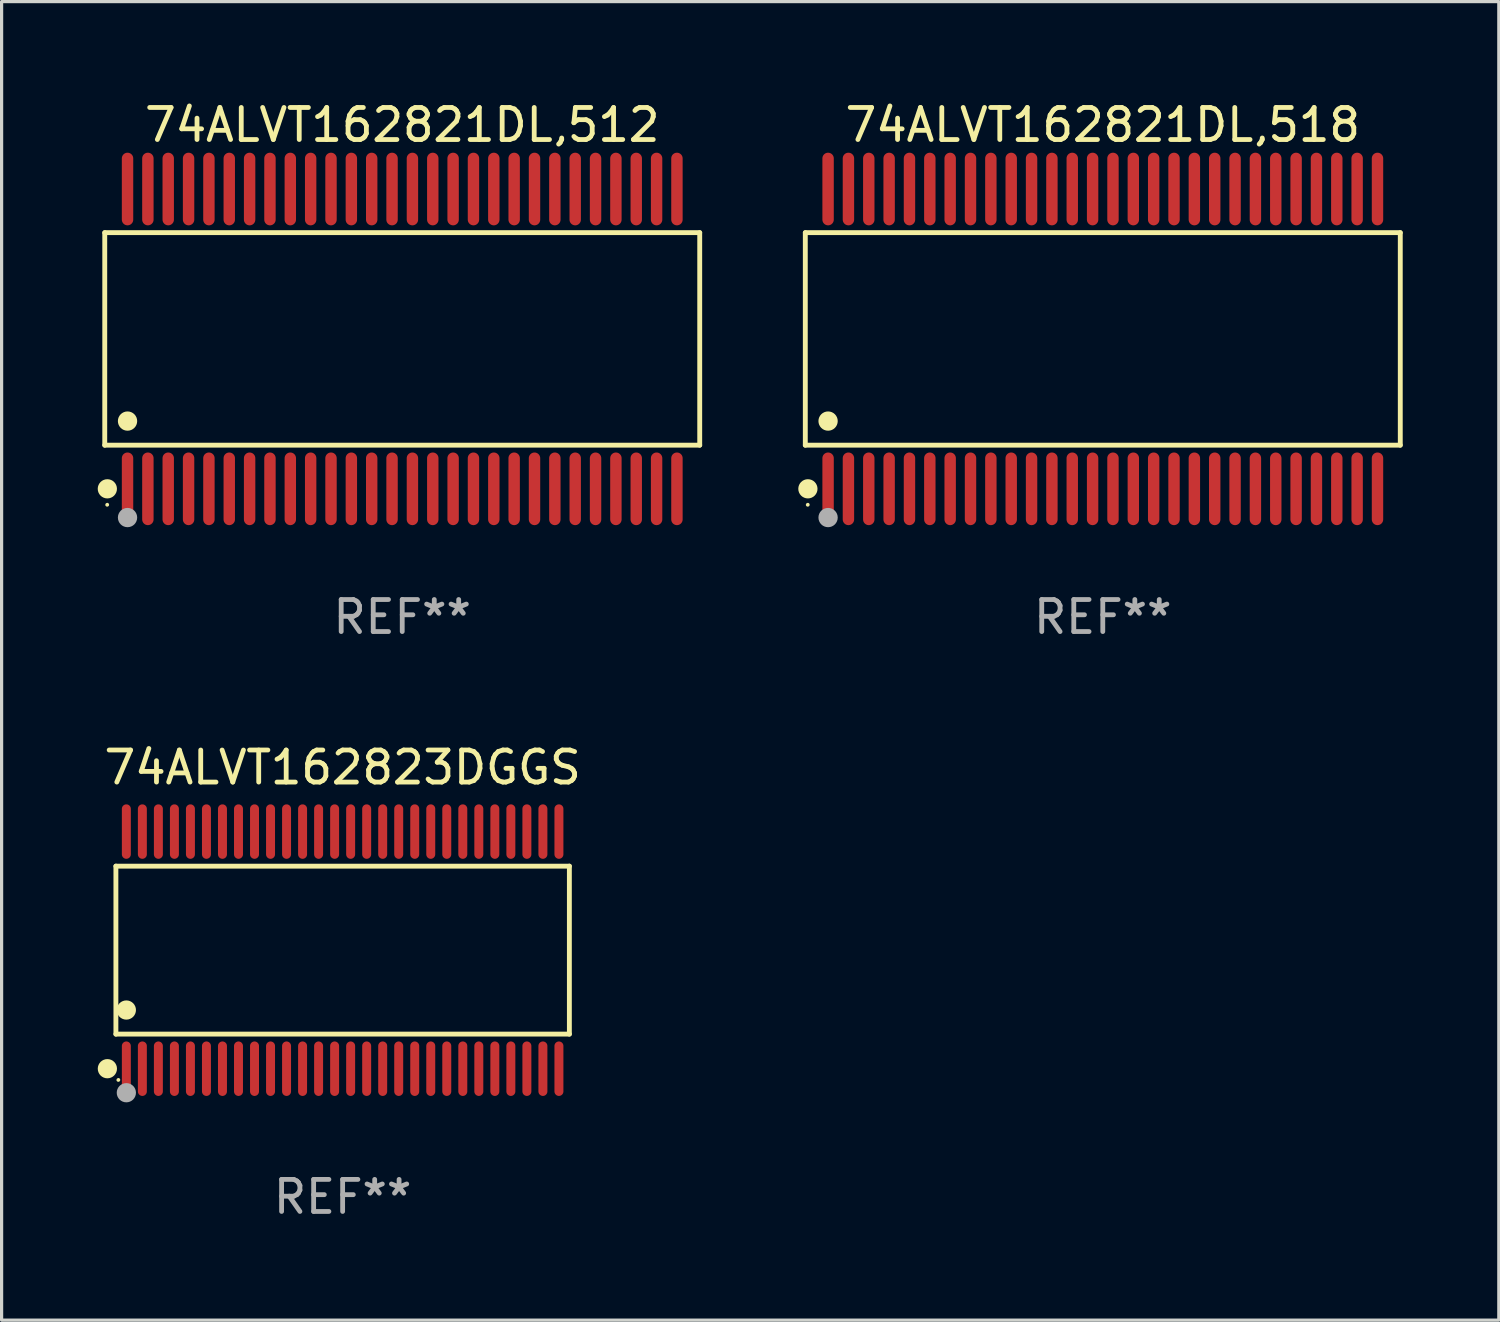
<source format=kicad_pcb>
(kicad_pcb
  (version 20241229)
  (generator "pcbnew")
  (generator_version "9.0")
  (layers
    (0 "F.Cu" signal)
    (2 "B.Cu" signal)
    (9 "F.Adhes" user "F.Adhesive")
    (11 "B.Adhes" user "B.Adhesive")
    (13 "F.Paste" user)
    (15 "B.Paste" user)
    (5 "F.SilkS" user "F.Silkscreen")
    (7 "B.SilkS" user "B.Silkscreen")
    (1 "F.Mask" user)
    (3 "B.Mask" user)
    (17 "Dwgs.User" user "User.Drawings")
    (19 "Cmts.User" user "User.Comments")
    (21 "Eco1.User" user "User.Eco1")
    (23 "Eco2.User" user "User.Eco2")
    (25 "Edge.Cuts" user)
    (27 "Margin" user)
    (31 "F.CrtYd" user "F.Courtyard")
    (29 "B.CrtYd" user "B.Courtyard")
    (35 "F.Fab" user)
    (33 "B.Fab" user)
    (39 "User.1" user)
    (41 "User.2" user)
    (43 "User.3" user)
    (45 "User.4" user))
  (footprint "74ALVT162823DGGS"
    (layer "F.Cu")
    (at 7.643 26.602)
    (property "Reference" "74ALVT162823DGGS" (at 0 -5.7 0) (layer "F.SilkS") (effects (font (size 1 1) (thickness 0.15))))
    (attr through_hole)
    (fp_line (start -7.076 -2.621) (end 7.076 -2.621) (stroke (width 0.152) (type solid)) (layer "F.SilkS"))
    (fp_line (start -7.076 2.621) (end -7.076 -2.621) (stroke (width 0.152) (type solid)) (layer "F.SilkS"))
    (fp_line (start 7.076 -2.621) (end 7.076 2.621) (stroke (width 0.152) (type solid)) (layer "F.SilkS"))
    (fp_line (start 7.076 2.621) (end -7.076 2.621) (stroke (width 0.152) (type solid)) (layer "F.SilkS"))
    (fp_circle (center -7.342 3.7) (end -7.192 3.7) (stroke (width 0.3) (type solid)) (fill no) (layer "F.SilkS"))
    (fp_circle (center -7 4.05) (end -6.97 4.05) (stroke (width 0.06) (type solid)) (fill no) (layer "F.SilkS"))
    (fp_circle (center -6.75 1.869) (end -6.6 1.869) (stroke (width 0.3) (type solid)) (fill no) (layer "F.SilkS"))
    (fp_circle (center -6.75 4.45) (end -6.6 4.45) (stroke (width 0.3) (type solid)) (fill no) (layer "F.Fab"))
    (fp_text user "REF**" (at 0 7.7 0) (layer "F.Fab") (effects (font (size 1 1) (thickness 0.15))))
    (pad "1" smd oval (at -6.75 3.7) (size 0.28 1.7) (layers "F.Cu" "F.Mask" "F.Paste"))
    (pad "2" smd oval (at -6.25 3.7) (size 0.28 1.7) (layers "F.Cu" "F.Mask" "F.Paste"))
    (pad "3" smd oval (at -5.75 3.7) (size 0.28 1.7) (layers "F.Cu" "F.Mask" "F.Paste"))
    (pad "4" smd oval (at -5.25 3.7) (size 0.28 1.7) (layers "F.Cu" "F.Mask" "F.Paste"))
    (pad "5" smd oval (at -4.75 3.7) (size 0.28 1.7) (layers "F.Cu" "F.Mask" "F.Paste"))
    (pad "6" smd oval (at -4.25 3.7) (size 0.28 1.7) (layers "F.Cu" "F.Mask" "F.Paste"))
    (pad "7" smd oval (at -3.75 3.7) (size 0.28 1.7) (layers "F.Cu" "F.Mask" "F.Paste"))
    (pad "8" smd oval (at -3.25 3.7) (size 0.28 1.7) (layers "F.Cu" "F.Mask" "F.Paste"))
    (pad "9" smd oval (at -2.75 3.7) (size 0.28 1.7) (layers "F.Cu" "F.Mask" "F.Paste"))
    (pad "10" smd oval (at -2.25 3.7) (size 0.28 1.7) (layers "F.Cu" "F.Mask" "F.Paste"))
    (pad "11" smd oval (at -1.75 3.7) (size 0.28 1.7) (layers "F.Cu" "F.Mask" "F.Paste"))
    (pad "12" smd oval (at -1.25 3.7) (size 0.28 1.7) (layers "F.Cu" "F.Mask" "F.Paste"))
    (pad "13" smd oval (at -0.75 3.7) (size 0.28 1.7) (layers "F.Cu" "F.Mask" "F.Paste"))
    (pad "14" smd oval (at -0.25 3.7) (size 0.28 1.7) (layers "F.Cu" "F.Mask" "F.Paste"))
    (pad "15" smd oval (at 0.25 3.7) (size 0.28 1.7) (layers "F.Cu" "F.Mask" "F.Paste"))
    (pad "16" smd oval (at 0.75 3.7) (size 0.28 1.7) (layers "F.Cu" "F.Mask" "F.Paste"))
    (pad "17" smd oval (at 1.25 3.7) (size 0.28 1.7) (layers "F.Cu" "F.Mask" "F.Paste"))
    (pad "18" smd oval (at 1.75 3.7) (size 0.28 1.7) (layers "F.Cu" "F.Mask" "F.Paste"))
    (pad "19" smd oval (at 2.25 3.7) (size 0.28 1.7) (layers "F.Cu" "F.Mask" "F.Paste"))
    (pad "20" smd oval (at 2.75 3.7) (size 0.28 1.7) (layers "F.Cu" "F.Mask" "F.Paste"))
    (pad "21" smd oval (at 3.25 3.7) (size 0.28 1.7) (layers "F.Cu" "F.Mask" "F.Paste"))
    (pad "22" smd oval (at 3.75 3.7) (size 0.28 1.7) (layers "F.Cu" "F.Mask" "F.Paste"))
    (pad "23" smd oval (at 4.25 3.7) (size 0.28 1.7) (layers "F.Cu" "F.Mask" "F.Paste"))
    (pad "24" smd oval (at 4.75 3.7) (size 0.28 1.7) (layers "F.Cu" "F.Mask" "F.Paste"))
    (pad "25" smd oval (at 5.25 3.7) (size 0.28 1.7) (layers "F.Cu" "F.Mask" "F.Paste"))
    (pad "26" smd oval (at 5.75 3.7) (size 0.28 1.7) (layers "F.Cu" "F.Mask" "F.Paste"))
    (pad "27" smd oval (at 6.25 3.7) (size 0.28 1.7) (layers "F.Cu" "F.Mask" "F.Paste"))
    (pad "28" smd oval (at 6.75 3.7) (size 0.28 1.7) (layers "F.Cu" "F.Mask" "F.Paste"))
    (pad "29" smd oval (at 6.75 -3.7) (size 0.28 1.7) (layers "F.Cu" "F.Mask" "F.Paste"))
    (pad "30" smd oval (at 6.25 -3.7) (size 0.28 1.7) (layers "F.Cu" "F.Mask" "F.Paste"))
    (pad "31" smd oval (at 5.75 -3.7) (size 0.28 1.7) (layers "F.Cu" "F.Mask" "F.Paste"))
    (pad "32" smd oval (at 5.25 -3.7) (size 0.28 1.7) (layers "F.Cu" "F.Mask" "F.Paste"))
    (pad "33" smd oval (at 4.75 -3.7) (size 0.28 1.7) (layers "F.Cu" "F.Mask" "F.Paste"))
    (pad "34" smd oval (at 4.25 -3.7) (size 0.28 1.7) (layers "F.Cu" "F.Mask" "F.Paste"))
    (pad "35" smd oval (at 3.75 -3.7) (size 0.28 1.7) (layers "F.Cu" "F.Mask" "F.Paste"))
    (pad "36" smd oval (at 3.25 -3.7) (size 0.28 1.7) (layers "F.Cu" "F.Mask" "F.Paste"))
    (pad "37" smd oval (at 2.75 -3.7) (size 0.28 1.7) (layers "F.Cu" "F.Mask" "F.Paste"))
    (pad "38" smd oval (at 2.25 -3.7) (size 0.28 1.7) (layers "F.Cu" "F.Mask" "F.Paste"))
    (pad "39" smd oval (at 1.75 -3.7) (size 0.28 1.7) (layers "F.Cu" "F.Mask" "F.Paste"))
    (pad "40" smd oval (at 1.25 -3.7) (size 0.28 1.7) (layers "F.Cu" "F.Mask" "F.Paste"))
    (pad "41" smd oval (at 0.75 -3.7) (size 0.28 1.7) (layers "F.Cu" "F.Mask" "F.Paste"))
    (pad "42" smd oval (at 0.25 -3.7) (size 0.28 1.7) (layers "F.Cu" "F.Mask" "F.Paste"))
    (pad "43" smd oval (at -0.25 -3.7) (size 0.28 1.7) (layers "F.Cu" "F.Mask" "F.Paste"))
    (pad "44" smd oval (at -0.75 -3.7) (size 0.28 1.7) (layers "F.Cu" "F.Mask" "F.Paste"))
    (pad "45" smd oval (at -1.25 -3.7) (size 0.28 1.7) (layers "F.Cu" "F.Mask" "F.Paste"))
    (pad "46" smd oval (at -1.75 -3.7) (size 0.28 1.7) (layers "F.Cu" "F.Mask" "F.Paste"))
    (pad "47" smd oval (at -2.25 -3.7) (size 0.28 1.7) (layers "F.Cu" "F.Mask" "F.Paste"))
    (pad "48" smd oval (at -2.75 -3.7) (size 0.28 1.7) (layers "F.Cu" "F.Mask" "F.Paste"))
    (pad "49" smd oval (at -3.25 -3.7) (size 0.28 1.7) (layers "F.Cu" "F.Mask" "F.Paste"))
    (pad "50" smd oval (at -3.75 -3.7) (size 0.28 1.7) (layers "F.Cu" "F.Mask" "F.Paste"))
    (pad "51" smd oval (at -4.25 -3.7) (size 0.28 1.7) (layers "F.Cu" "F.Mask" "F.Paste"))
    (pad "52" smd oval (at -4.75 -3.7) (size 0.28 1.7) (layers "F.Cu" "F.Mask" "F.Paste"))
    (pad "53" smd oval (at -5.25 -3.7) (size 0.28 1.7) (layers "F.Cu" "F.Mask" "F.Paste"))
    (pad "54" smd oval (at -5.75 -3.7) (size 0.28 1.7) (layers "F.Cu" "F.Mask" "F.Paste"))
    (pad "55" smd oval (at -6.25 -3.7) (size 0.28 1.7) (layers "F.Cu" "F.Mask" "F.Paste"))
    (pad "56" smd oval (at -6.75 -3.7) (size 0.28 1.7) (layers "F.Cu" "F.Mask" "F.Paste")))
  (footprint "74ALVT162821DL,512"
    (layer "F.Cu")
    (at 9.503 7.527)
    (property "Reference" "74ALVT162821DL,512" (at 0 -6.678 0) (layer "F.SilkS") (effects (font (size 1 1) (thickness 0.15))))
    (attr through_hole)
    (fp_line (start -9.284 -3.316) (end 9.284 -3.316) (stroke (width 0.152) (type solid)) (layer "F.SilkS"))
    (fp_line (start -9.284 3.316) (end -9.284 -3.316) (stroke (width 0.152) (type solid)) (layer "F.SilkS"))
    (fp_line (start 9.284 -3.316) (end 9.284 3.316) (stroke (width 0.152) (type solid)) (layer "F.SilkS"))
    (fp_line (start 9.284 3.316) (end -9.284 3.316) (stroke (width 0.152) (type solid)) (layer "F.SilkS"))
    (fp_circle (center -9.208 5.175) (end -9.178 5.175) (stroke (width 0.06) (type solid)) (fill no) (layer "F.SilkS"))
    (fp_circle (center -9.203 4.678) (end -9.053 4.678) (stroke (width 0.3) (type solid)) (fill no) (layer "F.SilkS"))
    (fp_circle (center -8.573 2.564) (end -8.422 2.564) (stroke (width 0.3) (type solid)) (fill no) (layer "F.SilkS"))
    (fp_circle (center -8.573 5.575) (end -8.422 5.575) (stroke (width 0.3) (type solid)) (fill no) (layer "F.Fab"))
    (fp_text user "REF**" (at 0 8.678 0) (layer "F.Fab") (effects (font (size 1 1) (thickness 0.15))))
    (pad "1" smd oval (at -8.573 4.678) (size 0.356 2.267) (layers "F.Cu" "F.Mask" "F.Paste"))
    (pad "2" smd oval (at -7.938 4.678) (size 0.356 2.267) (layers "F.Cu" "F.Mask" "F.Paste"))
    (pad "3" smd oval (at -7.303 4.678) (size 0.356 2.267) (layers "F.Cu" "F.Mask" "F.Paste"))
    (pad "4" smd oval (at -6.668 4.678) (size 0.356 2.267) (layers "F.Cu" "F.Mask" "F.Paste"))
    (pad "5" smd oval (at -6.033 4.678) (size 0.356 2.267) (layers "F.Cu" "F.Mask" "F.Paste"))
    (pad "6" smd oval (at -5.398 4.678) (size 0.356 2.267) (layers "F.Cu" "F.Mask" "F.Paste"))
    (pad "7" smd oval (at -4.763 4.678) (size 0.356 2.267) (layers "F.Cu" "F.Mask" "F.Paste"))
    (pad "8" smd oval (at -4.128 4.678) (size 0.356 2.267) (layers "F.Cu" "F.Mask" "F.Paste"))
    (pad "9" smd oval (at -3.493 4.678) (size 0.356 2.267) (layers "F.Cu" "F.Mask" "F.Paste"))
    (pad "10" smd oval (at -2.858 4.678) (size 0.356 2.267) (layers "F.Cu" "F.Mask" "F.Paste"))
    (pad "11" smd oval (at -2.223 4.678) (size 0.356 2.267) (layers "F.Cu" "F.Mask" "F.Paste"))
    (pad "12" smd oval (at -1.588 4.678) (size 0.356 2.267) (layers "F.Cu" "F.Mask" "F.Paste"))
    (pad "13" smd oval (at -0.953 4.678) (size 0.356 2.267) (layers "F.Cu" "F.Mask" "F.Paste"))
    (pad "14" smd oval (at -0.318 4.678) (size 0.356 2.267) (layers "F.Cu" "F.Mask" "F.Paste"))
    (pad "15" smd oval (at 0.318 4.678) (size 0.356 2.267) (layers "F.Cu" "F.Mask" "F.Paste"))
    (pad "16" smd oval (at 0.953 4.678) (size 0.356 2.267) (layers "F.Cu" "F.Mask" "F.Paste"))
    (pad "17" smd oval (at 1.588 4.678) (size 0.356 2.267) (layers "F.Cu" "F.Mask" "F.Paste"))
    (pad "18" smd oval (at 2.223 4.678) (size 0.356 2.267) (layers "F.Cu" "F.Mask" "F.Paste"))
    (pad "19" smd oval (at 2.858 4.678) (size 0.356 2.267) (layers "F.Cu" "F.Mask" "F.Paste"))
    (pad "20" smd oval (at 3.493 4.678) (size 0.356 2.267) (layers "F.Cu" "F.Mask" "F.Paste"))
    (pad "21" smd oval (at 4.128 4.678) (size 0.356 2.267) (layers "F.Cu" "F.Mask" "F.Paste"))
    (pad "22" smd oval (at 4.763 4.678) (size 0.356 2.267) (layers "F.Cu" "F.Mask" "F.Paste"))
    (pad "23" smd oval (at 5.398 4.678) (size 0.356 2.267) (layers "F.Cu" "F.Mask" "F.Paste"))
    (pad "24" smd oval (at 6.033 4.678) (size 0.356 2.267) (layers "F.Cu" "F.Mask" "F.Paste"))
    (pad "25" smd oval (at 6.668 4.678) (size 0.356 2.267) (layers "F.Cu" "F.Mask" "F.Paste"))
    (pad "26" smd oval (at 7.303 4.678) (size 0.356 2.267) (layers "F.Cu" "F.Mask" "F.Paste"))
    (pad "27" smd oval (at 7.938 4.678) (size 0.356 2.267) (layers "F.Cu" "F.Mask" "F.Paste"))
    (pad "28" smd oval (at 8.573 4.678) (size 0.356 2.267) (layers "F.Cu" "F.Mask" "F.Paste"))
    (pad "29" smd oval (at 8.573 -4.678) (size 0.356 2.267) (layers "F.Cu" "F.Mask" "F.Paste"))
    (pad "30" smd oval (at 7.938 -4.678) (size 0.356 2.267) (layers "F.Cu" "F.Mask" "F.Paste"))
    (pad "31" smd oval (at 7.303 -4.678) (size 0.356 2.267) (layers "F.Cu" "F.Mask" "F.Paste"))
    (pad "32" smd oval (at 6.668 -4.678) (size 0.356 2.267) (layers "F.Cu" "F.Mask" "F.Paste"))
    (pad "33" smd oval (at 6.033 -4.678) (size 0.356 2.267) (layers "F.Cu" "F.Mask" "F.Paste"))
    (pad "34" smd oval (at 5.398 -4.678) (size 0.356 2.267) (layers "F.Cu" "F.Mask" "F.Paste"))
    (pad "35" smd oval (at 4.763 -4.678) (size 0.356 2.267) (layers "F.Cu" "F.Mask" "F.Paste"))
    (pad "36" smd oval (at 4.128 -4.678) (size 0.356 2.267) (layers "F.Cu" "F.Mask" "F.Paste"))
    (pad "37" smd oval (at 3.493 -4.678) (size 0.356 2.267) (layers "F.Cu" "F.Mask" "F.Paste"))
    (pad "38" smd oval (at 2.858 -4.678) (size 0.356 2.267) (layers "F.Cu" "F.Mask" "F.Paste"))
    (pad "39" smd oval (at 2.223 -4.678) (size 0.356 2.267) (layers "F.Cu" "F.Mask" "F.Paste"))
    (pad "40" smd oval (at 1.588 -4.678) (size 0.356 2.267) (layers "F.Cu" "F.Mask" "F.Paste"))
    (pad "41" smd oval (at 0.953 -4.678) (size 0.356 2.267) (layers "F.Cu" "F.Mask" "F.Paste"))
    (pad "42" smd oval (at 0.318 -4.678) (size 0.356 2.267) (layers "F.Cu" "F.Mask" "F.Paste"))
    (pad "43" smd oval (at -0.318 -4.678) (size 0.356 2.267) (layers "F.Cu" "F.Mask" "F.Paste"))
    (pad "44" smd oval (at -0.953 -4.678) (size 0.356 2.267) (layers "F.Cu" "F.Mask" "F.Paste"))
    (pad "45" smd oval (at -1.588 -4.678) (size 0.356 2.267) (layers "F.Cu" "F.Mask" "F.Paste"))
    (pad "46" smd oval (at -2.223 -4.678) (size 0.356 2.267) (layers "F.Cu" "F.Mask" "F.Paste"))
    (pad "47" smd oval (at -2.858 -4.678) (size 0.356 2.267) (layers "F.Cu" "F.Mask" "F.Paste"))
    (pad "48" smd oval (at -3.493 -4.678) (size 0.356 2.267) (layers "F.Cu" "F.Mask" "F.Paste"))
    (pad "49" smd oval (at -4.128 -4.678) (size 0.356 2.267) (layers "F.Cu" "F.Mask" "F.Paste"))
    (pad "50" smd oval (at -4.763 -4.678) (size 0.356 2.267) (layers "F.Cu" "F.Mask" "F.Paste"))
    (pad "51" smd oval (at -5.398 -4.678) (size 0.356 2.267) (layers "F.Cu" "F.Mask" "F.Paste"))
    (pad "52" smd oval (at -6.033 -4.678) (size 0.356 2.267) (layers "F.Cu" "F.Mask" "F.Paste"))
    (pad "53" smd oval (at -6.668 -4.678) (size 0.356 2.267) (layers "F.Cu" "F.Mask" "F.Paste"))
    (pad "54" smd oval (at -7.303 -4.678) (size 0.356 2.267) (layers "F.Cu" "F.Mask" "F.Paste"))
    (pad "55" smd oval (at -7.938 -4.678) (size 0.356 2.267) (layers "F.Cu" "F.Mask" "F.Paste"))
    (pad "56" smd oval (at -8.573 -4.678) (size 0.356 2.267) (layers "F.Cu" "F.Mask" "F.Paste")))
  (footprint "74ALVT162821DL,518"
    (layer "F.Cu")
    (at 31.366 7.527)
    (property "Reference" "74ALVT162821DL,518" (at 0 -6.678 0) (layer "F.SilkS") (effects (font (size 1 1) (thickness 0.15))))
    (attr through_hole)
    (fp_line (start -9.284 -3.316) (end 9.284 -3.316) (stroke (width 0.152) (type solid)) (layer "F.SilkS"))
    (fp_line (start -9.284 3.316) (end -9.284 -3.316) (stroke (width 0.152) (type solid)) (layer "F.SilkS"))
    (fp_line (start 9.284 -3.316) (end 9.284 3.316) (stroke (width 0.152) (type solid)) (layer "F.SilkS"))
    (fp_line (start 9.284 3.316) (end -9.284 3.316) (stroke (width 0.152) (type solid)) (layer "F.SilkS"))
    (fp_circle (center -9.208 5.175) (end -9.178 5.175) (stroke (width 0.06) (type solid)) (fill no) (layer "F.SilkS"))
    (fp_circle (center -9.203 4.678) (end -9.053 4.678) (stroke (width 0.3) (type solid)) (fill no) (layer "F.SilkS"))
    (fp_circle (center -8.573 2.564) (end -8.422 2.564) (stroke (width 0.3) (type solid)) (fill no) (layer "F.SilkS"))
    (fp_circle (center -8.573 5.575) (end -8.422 5.575) (stroke (width 0.3) (type solid)) (fill no) (layer "F.Fab"))
    (fp_text user "REF**" (at 0 8.678 0) (layer "F.Fab") (effects (font (size 1 1) (thickness 0.15))))
    (pad "1" smd oval (at -8.573 4.678) (size 0.356 2.267) (layers "F.Cu" "F.Mask" "F.Paste"))
    (pad "2" smd oval (at -7.938 4.678) (size 0.356 2.267) (layers "F.Cu" "F.Mask" "F.Paste"))
    (pad "3" smd oval (at -7.303 4.678) (size 0.356 2.267) (layers "F.Cu" "F.Mask" "F.Paste"))
    (pad "4" smd oval (at -6.668 4.678) (size 0.356 2.267) (layers "F.Cu" "F.Mask" "F.Paste"))
    (pad "5" smd oval (at -6.033 4.678) (size 0.356 2.267) (layers "F.Cu" "F.Mask" "F.Paste"))
    (pad "6" smd oval (at -5.398 4.678) (size 0.356 2.267) (layers "F.Cu" "F.Mask" "F.Paste"))
    (pad "7" smd oval (at -4.763 4.678) (size 0.356 2.267) (layers "F.Cu" "F.Mask" "F.Paste"))
    (pad "8" smd oval (at -4.128 4.678) (size 0.356 2.267) (layers "F.Cu" "F.Mask" "F.Paste"))
    (pad "9" smd oval (at -3.493 4.678) (size 0.356 2.267) (layers "F.Cu" "F.Mask" "F.Paste"))
    (pad "10" smd oval (at -2.858 4.678) (size 0.356 2.267) (layers "F.Cu" "F.Mask" "F.Paste"))
    (pad "11" smd oval (at -2.223 4.678) (size 0.356 2.267) (layers "F.Cu" "F.Mask" "F.Paste"))
    (pad "12" smd oval (at -1.588 4.678) (size 0.356 2.267) (layers "F.Cu" "F.Mask" "F.Paste"))
    (pad "13" smd oval (at -0.953 4.678) (size 0.356 2.267) (layers "F.Cu" "F.Mask" "F.Paste"))
    (pad "14" smd oval (at -0.318 4.678) (size 0.356 2.267) (layers "F.Cu" "F.Mask" "F.Paste"))
    (pad "15" smd oval (at 0.318 4.678) (size 0.356 2.267) (layers "F.Cu" "F.Mask" "F.Paste"))
    (pad "16" smd oval (at 0.953 4.678) (size 0.356 2.267) (layers "F.Cu" "F.Mask" "F.Paste"))
    (pad "17" smd oval (at 1.588 4.678) (size 0.356 2.267) (layers "F.Cu" "F.Mask" "F.Paste"))
    (pad "18" smd oval (at 2.223 4.678) (size 0.356 2.267) (layers "F.Cu" "F.Mask" "F.Paste"))
    (pad "19" smd oval (at 2.858 4.678) (size 0.356 2.267) (layers "F.Cu" "F.Mask" "F.Paste"))
    (pad "20" smd oval (at 3.493 4.678) (size 0.356 2.267) (layers "F.Cu" "F.Mask" "F.Paste"))
    (pad "21" smd oval (at 4.128 4.678) (size 0.356 2.267) (layers "F.Cu" "F.Mask" "F.Paste"))
    (pad "22" smd oval (at 4.763 4.678) (size 0.356 2.267) (layers "F.Cu" "F.Mask" "F.Paste"))
    (pad "23" smd oval (at 5.398 4.678) (size 0.356 2.267) (layers "F.Cu" "F.Mask" "F.Paste"))
    (pad "24" smd oval (at 6.033 4.678) (size 0.356 2.267) (layers "F.Cu" "F.Mask" "F.Paste"))
    (pad "25" smd oval (at 6.668 4.678) (size 0.356 2.267) (layers "F.Cu" "F.Mask" "F.Paste"))
    (pad "26" smd oval (at 7.303 4.678) (size 0.356 2.267) (layers "F.Cu" "F.Mask" "F.Paste"))
    (pad "27" smd oval (at 7.938 4.678) (size 0.356 2.267) (layers "F.Cu" "F.Mask" "F.Paste"))
    (pad "28" smd oval (at 8.573 4.678) (size 0.356 2.267) (layers "F.Cu" "F.Mask" "F.Paste"))
    (pad "29" smd oval (at 8.573 -4.678) (size 0.356 2.267) (layers "F.Cu" "F.Mask" "F.Paste"))
    (pad "30" smd oval (at 7.938 -4.678) (size 0.356 2.267) (layers "F.Cu" "F.Mask" "F.Paste"))
    (pad "31" smd oval (at 7.303 -4.678) (size 0.356 2.267) (layers "F.Cu" "F.Mask" "F.Paste"))
    (pad "32" smd oval (at 6.668 -4.678) (size 0.356 2.267) (layers "F.Cu" "F.Mask" "F.Paste"))
    (pad "33" smd oval (at 6.033 -4.678) (size 0.356 2.267) (layers "F.Cu" "F.Mask" "F.Paste"))
    (pad "34" smd oval (at 5.398 -4.678) (size 0.356 2.267) (layers "F.Cu" "F.Mask" "F.Paste"))
    (pad "35" smd oval (at 4.763 -4.678) (size 0.356 2.267) (layers "F.Cu" "F.Mask" "F.Paste"))
    (pad "36" smd oval (at 4.128 -4.678) (size 0.356 2.267) (layers "F.Cu" "F.Mask" "F.Paste"))
    (pad "37" smd oval (at 3.493 -4.678) (size 0.356 2.267) (layers "F.Cu" "F.Mask" "F.Paste"))
    (pad "38" smd oval (at 2.858 -4.678) (size 0.356 2.267) (layers "F.Cu" "F.Mask" "F.Paste"))
    (pad "39" smd oval (at 2.223 -4.678) (size 0.356 2.267) (layers "F.Cu" "F.Mask" "F.Paste"))
    (pad "40" smd oval (at 1.588 -4.678) (size 0.356 2.267) (layers "F.Cu" "F.Mask" "F.Paste"))
    (pad "41" smd oval (at 0.953 -4.678) (size 0.356 2.267) (layers "F.Cu" "F.Mask" "F.Paste"))
    (pad "42" smd oval (at 0.318 -4.678) (size 0.356 2.267) (layers "F.Cu" "F.Mask" "F.Paste"))
    (pad "43" smd oval (at -0.318 -4.678) (size 0.356 2.267) (layers "F.Cu" "F.Mask" "F.Paste"))
    (pad "44" smd oval (at -0.953 -4.678) (size 0.356 2.267) (layers "F.Cu" "F.Mask" "F.Paste"))
    (pad "45" smd oval (at -1.588 -4.678) (size 0.356 2.267) (layers "F.Cu" "F.Mask" "F.Paste"))
    (pad "46" smd oval (at -2.223 -4.678) (size 0.356 2.267) (layers "F.Cu" "F.Mask" "F.Paste"))
    (pad "47" smd oval (at -2.858 -4.678) (size 0.356 2.267) (layers "F.Cu" "F.Mask" "F.Paste"))
    (pad "48" smd oval (at -3.493 -4.678) (size 0.356 2.267) (layers "F.Cu" "F.Mask" "F.Paste"))
    (pad "49" smd oval (at -4.128 -4.678) (size 0.356 2.267) (layers "F.Cu" "F.Mask" "F.Paste"))
    (pad "50" smd oval (at -4.763 -4.678) (size 0.356 2.267) (layers "F.Cu" "F.Mask" "F.Paste"))
    (pad "51" smd oval (at -5.398 -4.678) (size 0.356 2.267) (layers "F.Cu" "F.Mask" "F.Paste"))
    (pad "52" smd oval (at -6.033 -4.678) (size 0.356 2.267) (layers "F.Cu" "F.Mask" "F.Paste"))
    (pad "53" smd oval (at -6.668 -4.678) (size 0.356 2.267) (layers "F.Cu" "F.Mask" "F.Paste"))
    (pad "54" smd oval (at -7.303 -4.678) (size 0.356 2.267) (layers "F.Cu" "F.Mask" "F.Paste"))
    (pad "55" smd oval (at -7.938 -4.678) (size 0.356 2.267) (layers "F.Cu" "F.Mask" "F.Paste"))
    (pad "56" smd oval (at -8.573 -4.678) (size 0.356 2.267) (layers "F.Cu" "F.Mask" "F.Paste")))
  (gr_rect
    (start -3 -3)
    (end 43.725 38.15)
    (stroke (width 0.1) (type default))
    (fill no)
    (layer "Edge.Cuts")))
</source>
